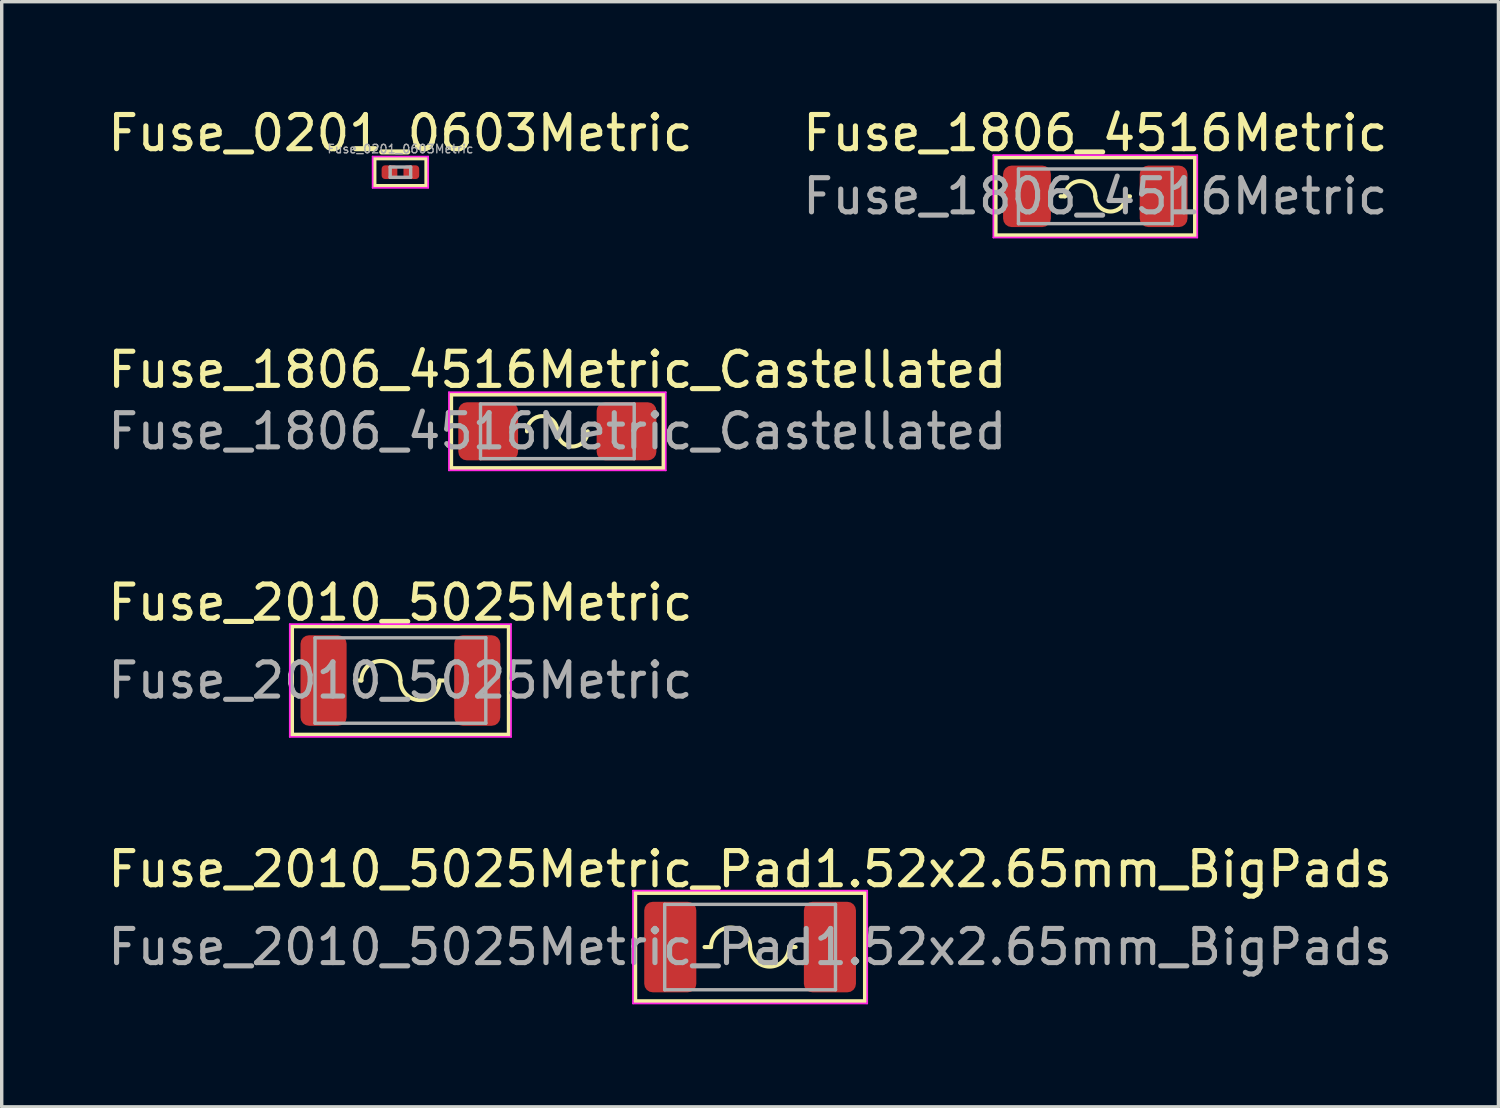
<source format=kicad_pcb>
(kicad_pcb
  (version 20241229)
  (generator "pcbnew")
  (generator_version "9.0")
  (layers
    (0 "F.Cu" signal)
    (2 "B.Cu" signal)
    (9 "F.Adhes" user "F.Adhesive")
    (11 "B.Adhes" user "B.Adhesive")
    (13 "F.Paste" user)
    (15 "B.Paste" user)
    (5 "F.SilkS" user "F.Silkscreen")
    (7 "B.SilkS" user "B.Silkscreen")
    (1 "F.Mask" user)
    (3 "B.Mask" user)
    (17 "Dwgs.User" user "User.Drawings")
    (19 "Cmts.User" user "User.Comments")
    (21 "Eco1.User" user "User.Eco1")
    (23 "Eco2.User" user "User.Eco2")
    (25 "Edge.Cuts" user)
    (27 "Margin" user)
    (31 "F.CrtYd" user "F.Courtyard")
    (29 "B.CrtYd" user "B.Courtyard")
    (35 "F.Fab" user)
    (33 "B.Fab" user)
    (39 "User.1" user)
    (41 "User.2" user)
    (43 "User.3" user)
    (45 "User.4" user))
  (footprint "Fuse_2010_5025Metric_Pad1.52x2.65mm_BigPads"
    (layer "F.Cu")
    (at 18.911 24.678)
    (property "Reference" "Fuse_2010_5025Metric_Pad1.52x2.65mm_BigPads" (at 0 -2.28 0) (layer "F.SilkS") (effects (font (size 1 1) (thickness 0.15))))
    (attr smd)
    (fp_line (start -3.365 -1.587) (end 3.365 -1.587) (stroke (width 0.12) (type solid)) (layer "F.SilkS"))
    (fp_line (start -3.365 1.587) (end -3.365 -1.587) (stroke (width 0.12) (type solid)) (layer "F.SilkS"))
    (fp_line (start -1.143 0) (end -1.333 0) (stroke (width 0.12) (type solid)) (layer "F.SilkS"))
    (fp_line (start 1.143 0) (end 1.333 0) (stroke (width 0.12) (type solid)) (layer "F.SilkS"))
    (fp_line (start 3.365 -1.587) (end 3.365 1.587) (stroke (width 0.12) (type solid)) (layer "F.SilkS"))
    (fp_line (start 3.365 1.587) (end -3.365 1.587) (stroke (width 0.12) (type solid)) (layer "F.SilkS"))
    (fp_arc (start -1.143 0) (mid -0.5715 -0.5715) (end 0 0) (stroke (width 0.12) (type solid)) (layer "F.SilkS"))
    (fp_arc (start 1.143 0) (mid 0.5715 0.5715) (end 0 0) (stroke (width 0.12) (type solid)) (layer "F.SilkS"))
    (fp_line (start -3.429 -1.651) (end 3.429 -1.651) (stroke (width 0.05) (type solid)) (layer "F.CrtYd"))
    (fp_line (start -3.429 1.651) (end -3.429 -1.651) (stroke (width 0.05) (type solid)) (layer "F.CrtYd"))
    (fp_line (start 3.429 -1.651) (end 3.429 1.651) (stroke (width 0.05) (type solid)) (layer "F.CrtYd"))
    (fp_line (start 3.429 1.651) (end -3.429 1.651) (stroke (width 0.05) (type solid)) (layer "F.CrtYd"))
    (fp_line (start -2.5 -1.25) (end 2.5 -1.25) (stroke (width 0.1) (type solid)) (layer "F.Fab"))
    (fp_line (start -2.5 1.25) (end -2.5 -1.25) (stroke (width 0.1) (type solid)) (layer "F.Fab"))
    (fp_line (start 2.5 -1.25) (end 2.5 1.25) (stroke (width 0.1) (type solid)) (layer "F.Fab"))
    (fp_line (start 2.5 1.25) (end -2.5 1.25) (stroke (width 0.1) (type solid)) (layer "F.Fab"))
    (fp_text user "${REFERENCE}" (at 0 0 0) (layer "F.Fab") (effects (font (size 1 1) (thickness 0.15))))
    (pad "1" smd roundrect (at -2.337 0) (size 1.525 2.65) (layers "F.Cu" "F.Mask" "F.Paste") (roundrect_rratio 0.164))
    (pad "2" smd roundrect (at 2.337 0) (size 1.525 2.65) (layers "F.Cu" "F.Mask" "F.Paste") (roundrect_rratio 0.164)))
  (footprint "Fuse_1806_4516Metric_Castellated"
    (layer "F.Cu")
    (at 13.268 9.578)
    (property "Reference" "Fuse_1806_4516Metric_Castellated" (at 0 -1.8 0) (layer "F.SilkS") (effects (font (size 1 1) (thickness 0.15))))
    (attr smd)
    (fp_line (start -3.111 -1.079) (end 3.111 -1.079) (stroke (width 0.12) (type solid)) (layer "F.SilkS"))
    (fp_line (start -3.111 1.079) (end -3.111 -1.079) (stroke (width 0.12) (type solid)) (layer "F.SilkS"))
    (fp_line (start 3.111 -1.079) (end 3.111 1.079) (stroke (width 0.12) (type solid)) (layer "F.SilkS"))
    (fp_line (start 3.111 1.079) (end -3.111 1.079) (stroke (width 0.12) (type solid)) (layer "F.SilkS"))
    (fp_arc (start -0.889 0) (mid -0.4445 -0.4445) (end 0 0) (stroke (width 0.12) (type solid)) (layer "F.SilkS"))
    (fp_arc (start 0.889 0) (mid 0.4445 0.4445) (end 0 0) (stroke (width 0.12) (type solid)) (layer "F.SilkS"))
    (fp_line (start -3.175 -1.143) (end 3.175 -1.143) (stroke (width 0.05) (type solid)) (layer "F.CrtYd"))
    (fp_line (start -3.175 1.143) (end -3.175 -1.143) (stroke (width 0.05) (type solid)) (layer "F.CrtYd"))
    (fp_line (start 3.175 -1.143) (end 3.175 1.143) (stroke (width 0.05) (type solid)) (layer "F.CrtYd"))
    (fp_line (start 3.175 1.143) (end -3.175 1.143) (stroke (width 0.05) (type solid)) (layer "F.CrtYd"))
    (fp_line (start -2.25 -0.8) (end 2.25 -0.8) (stroke (width 0.1) (type solid)) (layer "F.Fab"))
    (fp_line (start -2.25 0.8) (end -2.25 -0.8) (stroke (width 0.1) (type solid)) (layer "F.Fab"))
    (fp_line (start 2.25 -0.8) (end 2.25 0.8) (stroke (width 0.1) (type solid)) (layer "F.Fab"))
    (fp_line (start 2.25 0.8) (end -2.25 0.8) (stroke (width 0.1) (type solid)) (layer "F.Fab"))
    (fp_text user "${REFERENCE}" (at 0 0 0) (layer "F.Fab") (effects (font (size 1 1) (thickness 0.15))))
    (pad "1" smd roundrect (at -2.025 0) (size 1.75 1.7) (layers "F.Cu" "F.Mask" "F.Paste") (roundrect_rratio 0.147))
    (pad "2" smd roundrect (at 2.025 0) (size 1.75 1.7) (layers "F.Cu" "F.Mask" "F.Paste") (roundrect_rratio 0.147)))
  (footprint "Fuse_0201_0603Metric"
    (layer "F.Cu")
    (at 8.673 1.991)
    (property "Reference" "Fuse_0201_0603Metric" (at 0 -1.143 0) (layer "F.SilkS") (effects (font (size 1 1) (thickness 0.15))))
    (attr smd)
    (fp_line (start -0.762 -0.406) (end 0.762 -0.406) (stroke (width 0.12) (type solid)) (layer "F.SilkS"))
    (fp_line (start -0.762 0.406) (end -0.762 -0.406) (stroke (width 0.12) (type solid)) (layer "F.SilkS"))
    (fp_line (start 0.762 -0.406) (end 0.762 0.406) (stroke (width 0.12) (type solid)) (layer "F.SilkS"))
    (fp_line (start 0.762 0.406) (end -0.762 0.406) (stroke (width 0.12) (type solid)) (layer "F.SilkS"))
    (fp_line (start -0.813 -0.457) (end 0.813 -0.457) (stroke (width 0.05) (type solid)) (layer "F.CrtYd"))
    (fp_line (start -0.813 0.457) (end -0.813 -0.457) (stroke (width 0.05) (type solid)) (layer "F.CrtYd"))
    (fp_line (start 0.813 -0.457) (end 0.813 0.457) (stroke (width 0.05) (type solid)) (layer "F.CrtYd"))
    (fp_line (start 0.813 0.457) (end -0.813 0.457) (stroke (width 0.05) (type solid)) (layer "F.CrtYd"))
    (fp_line (start -0.3 -0.15) (end 0.3 -0.15) (stroke (width 0.1) (type solid)) (layer "F.Fab"))
    (fp_line (start -0.3 0.15) (end -0.3 -0.15) (stroke (width 0.1) (type solid)) (layer "F.Fab"))
    (fp_line (start 0.3 -0.15) (end 0.3 0.15) (stroke (width 0.1) (type solid)) (layer "F.Fab"))
    (fp_line (start 0.3 0.15) (end -0.3 0.15) (stroke (width 0.1) (type solid)) (layer "F.Fab"))
    (fp_text user "${REFERENCE}" (at 0 -0.68 0) (layer "F.Fab") (effects (font (size 0.25 0.25) (thickness 0.04))))
    (pad "" smd roundrect (at -0.345 0) (size 0.318 0.36) (layers "F.Paste") (roundrect_rratio 0.25))
    (pad "" smd roundrect (at 0.345 0) (size 0.318 0.36) (layers "F.Paste") (roundrect_rratio 0.25))
    (pad "1" smd roundrect (at -0.32 0) (size 0.46 0.4) (layers "F.Cu" "F.Mask") (roundrect_rratio 0.25))
    (pad "2" smd roundrect (at 0.32 0) (size 0.46 0.4) (layers "F.Cu" "F.Mask") (roundrect_rratio 0.25)))
  (footprint "Fuse_2010_5025Metric"
    (layer "F.Cu")
    (at 8.673 16.874)
    (property "Reference" "Fuse_2010_5025Metric" (at 0 -2.28 0) (layer "F.SilkS") (effects (font (size 1 1) (thickness 0.15))))
    (attr smd)
    (fp_line (start -3.175 -1.587) (end 3.175 -1.587) (stroke (width 0.12) (type solid)) (layer "F.SilkS"))
    (fp_line (start -3.175 1.587) (end -3.175 -1.587) (stroke (width 0.12) (type solid)) (layer "F.SilkS"))
    (fp_line (start -1.143 0) (end -1.333 0) (stroke (width 0.12) (type solid)) (layer "F.SilkS"))
    (fp_line (start 1.143 0) (end 1.333 0) (stroke (width 0.12) (type solid)) (layer "F.SilkS"))
    (fp_line (start 3.175 -1.587) (end 3.175 1.587) (stroke (width 0.12) (type solid)) (layer "F.SilkS"))
    (fp_line (start 3.175 1.587) (end -3.175 1.587) (stroke (width 0.12) (type solid)) (layer "F.SilkS"))
    (fp_arc (start -1.143 0) (mid -0.5715 -0.5715) (end 0 0) (stroke (width 0.12) (type solid)) (layer "F.SilkS"))
    (fp_arc (start 1.143 0) (mid 0.5715 0.5715) (end 0 0) (stroke (width 0.12) (type solid)) (layer "F.SilkS"))
    (fp_line (start -3.239 -1.651) (end 3.239 -1.651) (stroke (width 0.05) (type solid)) (layer "F.CrtYd"))
    (fp_line (start -3.239 1.651) (end -3.239 -1.651) (stroke (width 0.05) (type solid)) (layer "F.CrtYd"))
    (fp_line (start 3.239 -1.651) (end 3.239 1.651) (stroke (width 0.05) (type solid)) (layer "F.CrtYd"))
    (fp_line (start 3.239 1.651) (end -3.239 1.651) (stroke (width 0.05) (type solid)) (layer "F.CrtYd"))
    (fp_line (start -2.5 -1.25) (end 2.5 -1.25) (stroke (width 0.1) (type solid)) (layer "F.Fab"))
    (fp_line (start -2.5 1.25) (end -2.5 -1.25) (stroke (width 0.1) (type solid)) (layer "F.Fab"))
    (fp_line (start 2.5 -1.25) (end 2.5 1.25) (stroke (width 0.1) (type solid)) (layer "F.Fab"))
    (fp_line (start 2.5 1.25) (end -2.5 1.25) (stroke (width 0.1) (type solid)) (layer "F.Fab"))
    (fp_text user "${REFERENCE}" (at 0 0 0) (layer "F.Fab") (effects (font (size 1 1) (thickness 0.15))))
    (pad "1" smd roundrect (at -2.25 0) (size 1.35 2.65) (layers "F.Cu" "F.Mask" "F.Paste") (roundrect_rratio 0.185))
    (pad "2" smd roundrect (at 2.25 0) (size 1.35 2.65) (layers "F.Cu" "F.Mask" "F.Paste") (roundrect_rratio 0.185)))
  (footprint "Fuse_1806_4516Metric"
    (layer "F.Cu")
    (at 29.018 2.698)
    (property "Reference" "Fuse_1806_4516Metric" (at 0 -1.85 0) (layer "F.SilkS") (effects (font (size 1 1) (thickness 0.15))))
    (attr smd)
    (fp_line (start -2.921 -1.143) (end 2.921 -1.143) (stroke (width 0.12) (type solid)) (layer "F.SilkS"))
    (fp_line (start -2.921 1.143) (end -2.921 -1.143) (stroke (width 0.12) (type solid)) (layer "F.SilkS"))
    (fp_line (start -0.889 0) (end -1.016 0) (stroke (width 0.12) (type solid)) (layer "F.SilkS"))
    (fp_line (start 0.889 0) (end 1.016 0) (stroke (width 0.12) (type solid)) (layer "F.SilkS"))
    (fp_line (start 2.921 -1.143) (end 2.921 1.143) (stroke (width 0.12) (type solid)) (layer "F.SilkS"))
    (fp_line (start 2.921 1.143) (end -2.921 1.143) (stroke (width 0.12) (type solid)) (layer "F.SilkS"))
    (fp_arc (start -0.889 0) (mid -0.4445 -0.4445) (end 0 0) (stroke (width 0.12) (type solid)) (layer "F.SilkS"))
    (fp_arc (start 0.889 0) (mid 0.4445 0.4445) (end 0 0) (stroke (width 0.12) (type solid)) (layer "F.SilkS"))
    (fp_line (start -2.985 -1.206) (end 2.985 -1.206) (stroke (width 0.05) (type solid)) (layer "F.CrtYd"))
    (fp_line (start -2.985 1.206) (end -2.985 -1.206) (stroke (width 0.05) (type solid)) (layer "F.CrtYd"))
    (fp_line (start 2.985 -1.206) (end 2.985 1.206) (stroke (width 0.05) (type solid)) (layer "F.CrtYd"))
    (fp_line (start 2.985 1.206) (end -2.985 1.206) (stroke (width 0.05) (type solid)) (layer "F.CrtYd"))
    (fp_line (start -2.25 -0.8) (end 2.25 -0.8) (stroke (width 0.1) (type solid)) (layer "F.Fab"))
    (fp_line (start -2.25 0.8) (end -2.25 -0.8) (stroke (width 0.1) (type solid)) (layer "F.Fab"))
    (fp_line (start 2.25 -0.8) (end 2.25 0.8) (stroke (width 0.1) (type solid)) (layer "F.Fab"))
    (fp_line (start 2.25 0.8) (end -2.25 0.8) (stroke (width 0.1) (type solid)) (layer "F.Fab"))
    (fp_text user "${REFERENCE}" (at 0 0 0) (layer "F.Fab") (effects (font (size 1 1) (thickness 0.15))))
    (pad "1" smd roundrect (at -2 0) (size 1.4 1.8) (layers "F.Cu" "F.Mask" "F.Paste") (roundrect_rratio 0.179))
    (pad "2" smd roundrect (at 2 0) (size 1.4 1.8) (layers "F.Cu" "F.Mask" "F.Paste") (roundrect_rratio 0.179)))
  (gr_rect
    (start -3 -3)
    (end 40.821 29.355)
    (stroke (width 0.1) (type default))
    (fill no)
    (layer "Edge.Cuts")))
</source>
